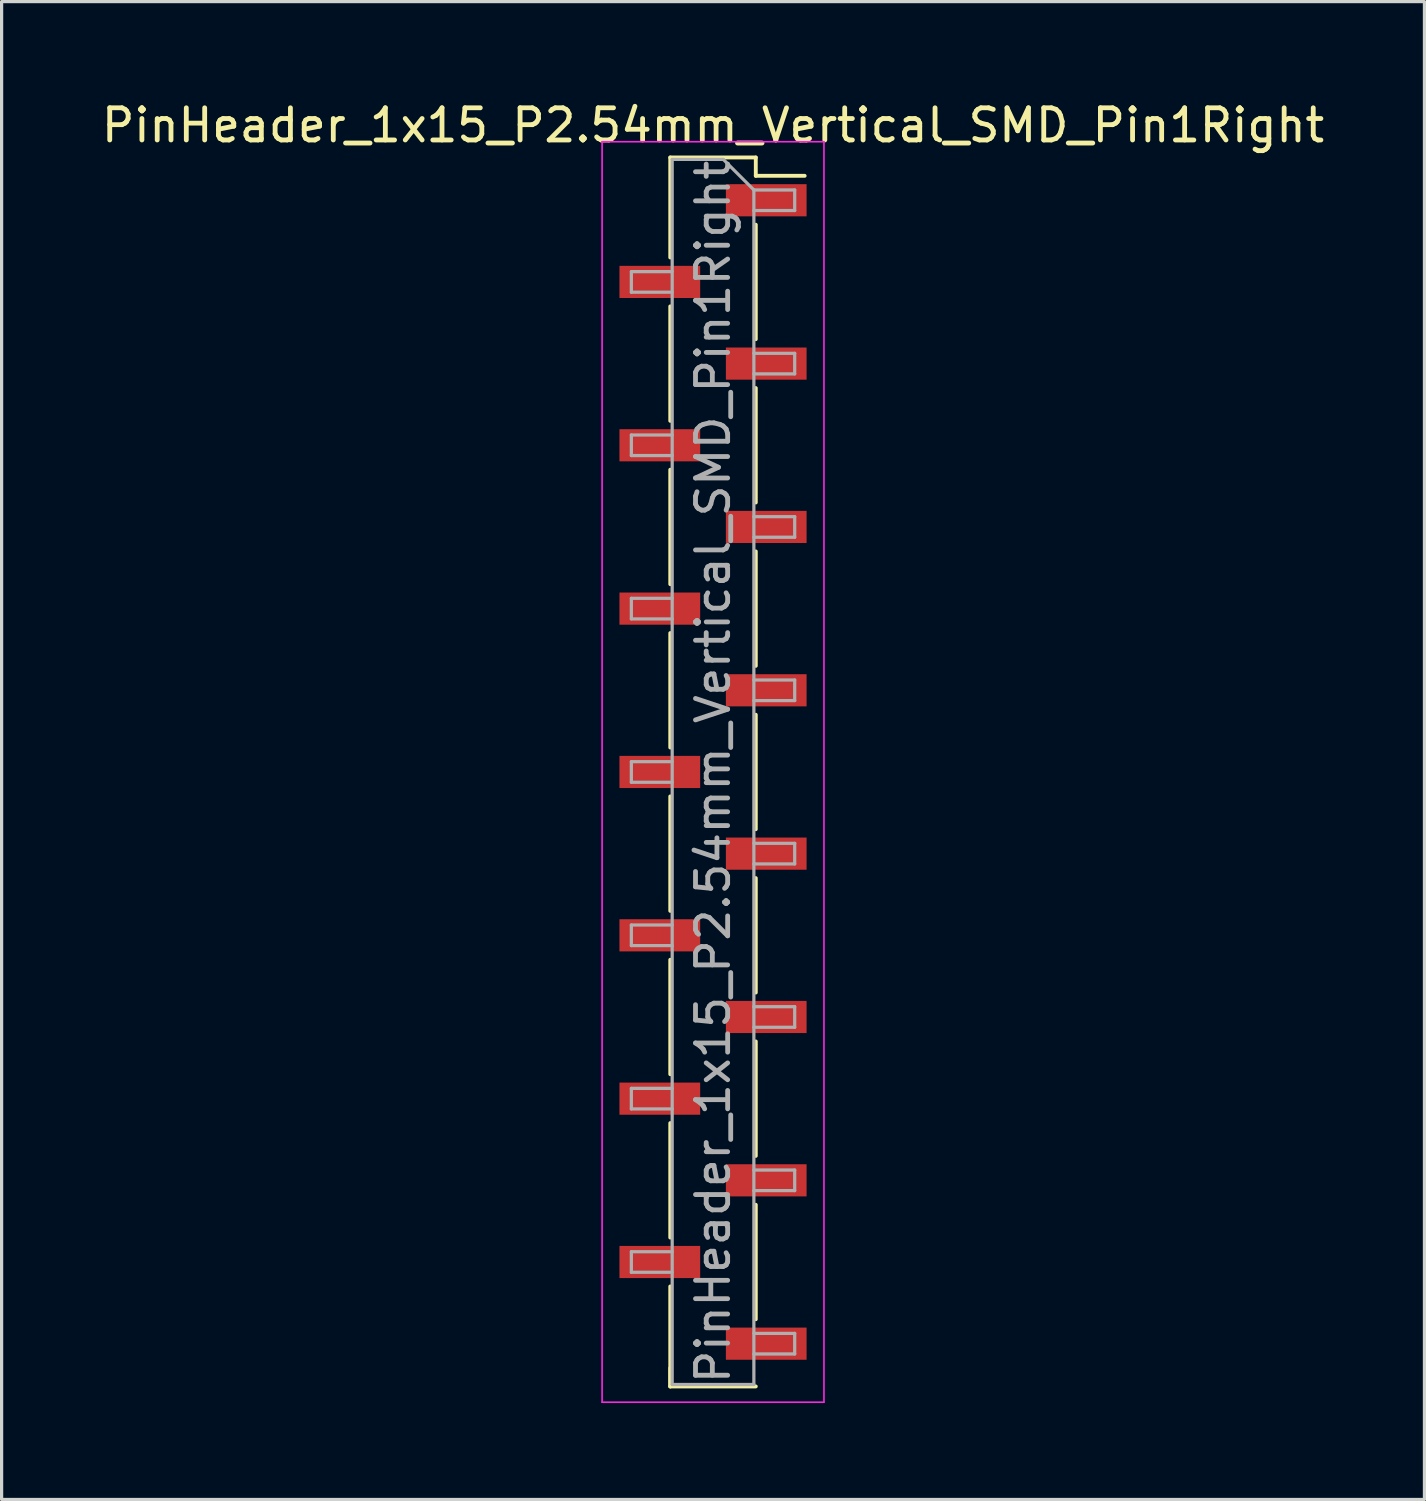
<source format=kicad_pcb>
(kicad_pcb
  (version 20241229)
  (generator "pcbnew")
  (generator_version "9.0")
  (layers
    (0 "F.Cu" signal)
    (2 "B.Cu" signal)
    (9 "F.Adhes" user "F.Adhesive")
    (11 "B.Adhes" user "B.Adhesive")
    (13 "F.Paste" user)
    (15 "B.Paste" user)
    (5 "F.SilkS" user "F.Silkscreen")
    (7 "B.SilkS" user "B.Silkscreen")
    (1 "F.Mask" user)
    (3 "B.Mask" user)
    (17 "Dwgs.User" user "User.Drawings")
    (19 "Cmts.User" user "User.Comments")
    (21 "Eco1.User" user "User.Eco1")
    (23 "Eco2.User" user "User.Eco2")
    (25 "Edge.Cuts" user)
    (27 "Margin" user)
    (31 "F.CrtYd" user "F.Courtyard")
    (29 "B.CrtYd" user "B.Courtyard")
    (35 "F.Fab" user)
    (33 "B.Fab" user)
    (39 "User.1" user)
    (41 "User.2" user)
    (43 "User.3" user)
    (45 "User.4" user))
  (footprint "PinHeader_1x15_P2.54mm_Vertical_SMD_Pin1Right"
    (layer "F.Cu")
    (at 19.125 20.958)
    (property "Reference" "PinHeader_1x15_P2.54mm_Vertical_SMD_Pin1Right" (at 0 -20.11 0) (layer "F.SilkS") (effects (font (size 1 1) (thickness 0.15))))
    (attr smd)
    (fp_line (start -1.33 -19.11) (end -1.33 -16) (stroke (width 0.12) (type solid)) (layer "F.SilkS"))
    (fp_line (start -1.33 -19.11) (end 1.33 -19.11) (stroke (width 0.12) (type solid)) (layer "F.SilkS"))
    (fp_line (start -1.33 -14.48) (end -1.33 -10.92) (stroke (width 0.12) (type solid)) (layer "F.SilkS"))
    (fp_line (start -1.33 -9.4) (end -1.33 -5.84) (stroke (width 0.12) (type solid)) (layer "F.SilkS"))
    (fp_line (start -1.33 -4.32) (end -1.33 -0.76) (stroke (width 0.12) (type solid)) (layer "F.SilkS"))
    (fp_line (start -1.33 0.76) (end -1.33 4.32) (stroke (width 0.12) (type solid)) (layer "F.SilkS"))
    (fp_line (start -1.33 5.84) (end -1.33 9.4) (stroke (width 0.12) (type solid)) (layer "F.SilkS"))
    (fp_line (start -1.33 10.92) (end -1.33 14.48) (stroke (width 0.12) (type solid)) (layer "F.SilkS"))
    (fp_line (start -1.33 16) (end -1.33 19.11) (stroke (width 0.12) (type solid)) (layer "F.SilkS"))
    (fp_line (start -1.33 18.54) (end -1.33 19.11) (stroke (width 0.12) (type solid)) (layer "F.SilkS"))
    (fp_line (start -1.33 19.11) (end 1.33 19.11) (stroke (width 0.12) (type solid)) (layer "F.SilkS"))
    (fp_line (start 1.33 -19.11) (end 1.33 -18.54) (stroke (width 0.12) (type solid)) (layer "F.SilkS"))
    (fp_line (start 1.33 -18.54) (end 2.85 -18.54) (stroke (width 0.12) (type solid)) (layer "F.SilkS"))
    (fp_line (start 1.33 -17.02) (end 1.33 -13.46) (stroke (width 0.12) (type solid)) (layer "F.SilkS"))
    (fp_line (start 1.33 -11.94) (end 1.33 -8.38) (stroke (width 0.12) (type solid)) (layer "F.SilkS"))
    (fp_line (start 1.33 -6.86) (end 1.33 -3.3) (stroke (width 0.12) (type solid)) (layer "F.SilkS"))
    (fp_line (start 1.33 -1.78) (end 1.33 1.78) (stroke (width 0.12) (type solid)) (layer "F.SilkS"))
    (fp_line (start 1.33 3.3) (end 1.33 6.86) (stroke (width 0.12) (type solid)) (layer "F.SilkS"))
    (fp_line (start 1.33 8.38) (end 1.33 11.94) (stroke (width 0.12) (type solid)) (layer "F.SilkS"))
    (fp_line (start 1.33 13.46) (end 1.33 17.02) (stroke (width 0.12) (type solid)) (layer "F.SilkS"))
    (fp_line (start -3.45 -19.6) (end -3.45 19.6) (stroke (width 0.05) (type solid)) (layer "F.CrtYd"))
    (fp_line (start -3.45 19.6) (end 3.45 19.6) (stroke (width 0.05) (type solid)) (layer "F.CrtYd"))
    (fp_line (start 3.45 -19.6) (end -3.45 -19.6) (stroke (width 0.05) (type solid)) (layer "F.CrtYd"))
    (fp_line (start 3.45 19.6) (end 3.45 -19.6) (stroke (width 0.05) (type solid)) (layer "F.CrtYd"))
    (fp_line (start -2.54 -15.56) (end -2.54 -14.92) (stroke (width 0.1) (type solid)) (layer "F.Fab"))
    (fp_line (start -2.54 -14.92) (end -1.27 -14.92) (stroke (width 0.1) (type solid)) (layer "F.Fab"))
    (fp_line (start -2.54 -10.48) (end -2.54 -9.84) (stroke (width 0.1) (type solid)) (layer "F.Fab"))
    (fp_line (start -2.54 -9.84) (end -1.27 -9.84) (stroke (width 0.1) (type solid)) (layer "F.Fab"))
    (fp_line (start -2.54 -5.4) (end -2.54 -4.76) (stroke (width 0.1) (type solid)) (layer "F.Fab"))
    (fp_line (start -2.54 -4.76) (end -1.27 -4.76) (stroke (width 0.1) (type solid)) (layer "F.Fab"))
    (fp_line (start -2.54 -0.32) (end -2.54 0.32) (stroke (width 0.1) (type solid)) (layer "F.Fab"))
    (fp_line (start -2.54 0.32) (end -1.27 0.32) (stroke (width 0.1) (type solid)) (layer "F.Fab"))
    (fp_line (start -2.54 4.76) (end -2.54 5.4) (stroke (width 0.1) (type solid)) (layer "F.Fab"))
    (fp_line (start -2.54 5.4) (end -1.27 5.4) (stroke (width 0.1) (type solid)) (layer "F.Fab"))
    (fp_line (start -2.54 9.84) (end -2.54 10.48) (stroke (width 0.1) (type solid)) (layer "F.Fab"))
    (fp_line (start -2.54 10.48) (end -1.27 10.48) (stroke (width 0.1) (type solid)) (layer "F.Fab"))
    (fp_line (start -2.54 14.92) (end -2.54 15.56) (stroke (width 0.1) (type solid)) (layer "F.Fab"))
    (fp_line (start -2.54 15.56) (end -1.27 15.56) (stroke (width 0.1) (type solid)) (layer "F.Fab"))
    (fp_line (start -1.27 -19.05) (end -1.27 19.05) (stroke (width 0.1) (type solid)) (layer "F.Fab"))
    (fp_line (start -1.27 -19.05) (end 0.32 -19.05) (stroke (width 0.1) (type solid)) (layer "F.Fab"))
    (fp_line (start -1.27 -15.56) (end -2.54 -15.56) (stroke (width 0.1) (type solid)) (layer "F.Fab"))
    (fp_line (start -1.27 -10.48) (end -2.54 -10.48) (stroke (width 0.1) (type solid)) (layer "F.Fab"))
    (fp_line (start -1.27 -5.4) (end -2.54 -5.4) (stroke (width 0.1) (type solid)) (layer "F.Fab"))
    (fp_line (start -1.27 -0.32) (end -2.54 -0.32) (stroke (width 0.1) (type solid)) (layer "F.Fab"))
    (fp_line (start -1.27 4.76) (end -2.54 4.76) (stroke (width 0.1) (type solid)) (layer "F.Fab"))
    (fp_line (start -1.27 9.84) (end -2.54 9.84) (stroke (width 0.1) (type solid)) (layer "F.Fab"))
    (fp_line (start -1.27 14.92) (end -2.54 14.92) (stroke (width 0.1) (type solid)) (layer "F.Fab"))
    (fp_line (start 1.27 -18.1) (end 0.32 -19.05) (stroke (width 0.1) (type solid)) (layer "F.Fab"))
    (fp_line (start 1.27 -18.1) (end 2.54 -18.1) (stroke (width 0.1) (type solid)) (layer "F.Fab"))
    (fp_line (start 1.27 -13.02) (end 2.54 -13.02) (stroke (width 0.1) (type solid)) (layer "F.Fab"))
    (fp_line (start 1.27 -7.94) (end 2.54 -7.94) (stroke (width 0.1) (type solid)) (layer "F.Fab"))
    (fp_line (start 1.27 -2.86) (end 2.54 -2.86) (stroke (width 0.1) (type solid)) (layer "F.Fab"))
    (fp_line (start 1.27 2.22) (end 2.54 2.22) (stroke (width 0.1) (type solid)) (layer "F.Fab"))
    (fp_line (start 1.27 7.3) (end 2.54 7.3) (stroke (width 0.1) (type solid)) (layer "F.Fab"))
    (fp_line (start 1.27 12.38) (end 2.54 12.38) (stroke (width 0.1) (type solid)) (layer "F.Fab"))
    (fp_line (start 1.27 17.46) (end 2.54 17.46) (stroke (width 0.1) (type solid)) (layer "F.Fab"))
    (fp_line (start 1.27 19.05) (end -1.27 19.05) (stroke (width 0.1) (type solid)) (layer "F.Fab"))
    (fp_line (start 1.27 19.05) (end 1.27 -18.1) (stroke (width 0.1) (type solid)) (layer "F.Fab"))
    (fp_line (start 2.54 -18.1) (end 2.54 -17.46) (stroke (width 0.1) (type solid)) (layer "F.Fab"))
    (fp_line (start 2.54 -17.46) (end 1.27 -17.46) (stroke (width 0.1) (type solid)) (layer "F.Fab"))
    (fp_line (start 2.54 -13.02) (end 2.54 -12.38) (stroke (width 0.1) (type solid)) (layer "F.Fab"))
    (fp_line (start 2.54 -12.38) (end 1.27 -12.38) (stroke (width 0.1) (type solid)) (layer "F.Fab"))
    (fp_line (start 2.54 -7.94) (end 2.54 -7.3) (stroke (width 0.1) (type solid)) (layer "F.Fab"))
    (fp_line (start 2.54 -7.3) (end 1.27 -7.3) (stroke (width 0.1) (type solid)) (layer "F.Fab"))
    (fp_line (start 2.54 -2.86) (end 2.54 -2.22) (stroke (width 0.1) (type solid)) (layer "F.Fab"))
    (fp_line (start 2.54 -2.22) (end 1.27 -2.22) (stroke (width 0.1) (type solid)) (layer "F.Fab"))
    (fp_line (start 2.54 2.22) (end 2.54 2.86) (stroke (width 0.1) (type solid)) (layer "F.Fab"))
    (fp_line (start 2.54 2.86) (end 1.27 2.86) (stroke (width 0.1) (type solid)) (layer "F.Fab"))
    (fp_line (start 2.54 7.3) (end 2.54 7.94) (stroke (width 0.1) (type solid)) (layer "F.Fab"))
    (fp_line (start 2.54 7.94) (end 1.27 7.94) (stroke (width 0.1) (type solid)) (layer "F.Fab"))
    (fp_line (start 2.54 12.38) (end 2.54 13.02) (stroke (width 0.1) (type solid)) (layer "F.Fab"))
    (fp_line (start 2.54 13.02) (end 1.27 13.02) (stroke (width 0.1) (type solid)) (layer "F.Fab"))
    (fp_line (start 2.54 17.46) (end 2.54 18.1) (stroke (width 0.1) (type solid)) (layer "F.Fab"))
    (fp_line (start 2.54 18.1) (end 1.27 18.1) (stroke (width 0.1) (type solid)) (layer "F.Fab"))
    (fp_text user "${REFERENCE}" (at 0 0 90) (layer "F.Fab") (effects (font (size 1 1) (thickness 0.15))))
    (pad "1" smd rect (at 1.655 -17.78) (size 2.51 1) (layers "F.Cu" "F.Mask" "F.Paste"))
    (pad "2" smd rect (at -1.655 -15.24) (size 2.51 1) (layers "F.Cu" "F.Mask" "F.Paste"))
    (pad "3" smd rect (at 1.655 -12.7) (size 2.51 1) (layers "F.Cu" "F.Mask" "F.Paste"))
    (pad "4" smd rect (at -1.655 -10.16) (size 2.51 1) (layers "F.Cu" "F.Mask" "F.Paste"))
    (pad "5" smd rect (at 1.655 -7.62) (size 2.51 1) (layers "F.Cu" "F.Mask" "F.Paste"))
    (pad "6" smd rect (at -1.655 -5.08) (size 2.51 1) (layers "F.Cu" "F.Mask" "F.Paste"))
    (pad "7" smd rect (at 1.655 -2.54) (size 2.51 1) (layers "F.Cu" "F.Mask" "F.Paste"))
    (pad "8" smd rect (at -1.655 0) (size 2.51 1) (layers "F.Cu" "F.Mask" "F.Paste"))
    (pad "9" smd rect (at 1.655 2.54) (size 2.51 1) (layers "F.Cu" "F.Mask" "F.Paste"))
    (pad "10" smd rect (at -1.655 5.08) (size 2.51 1) (layers "F.Cu" "F.Mask" "F.Paste"))
    (pad "11" smd rect (at 1.655 7.62) (size 2.51 1) (layers "F.Cu" "F.Mask" "F.Paste"))
    (pad "12" smd rect (at -1.655 10.16) (size 2.51 1) (layers "F.Cu" "F.Mask" "F.Paste"))
    (pad "13" smd rect (at 1.655 12.7) (size 2.51 1) (layers "F.Cu" "F.Mask" "F.Paste"))
    (pad "14" smd rect (at -1.655 15.24) (size 2.51 1) (layers "F.Cu" "F.Mask" "F.Paste"))
    (pad "15" smd rect (at 1.655 17.78) (size 2.51 1) (layers "F.Cu" "F.Mask" "F.Paste")))
  (gr_rect
    (start -3 -3)
    (end 41.25 43.583)
    (stroke (width 0.1) (type default))
    (fill no)
    (layer "Edge.Cuts")))
</source>
